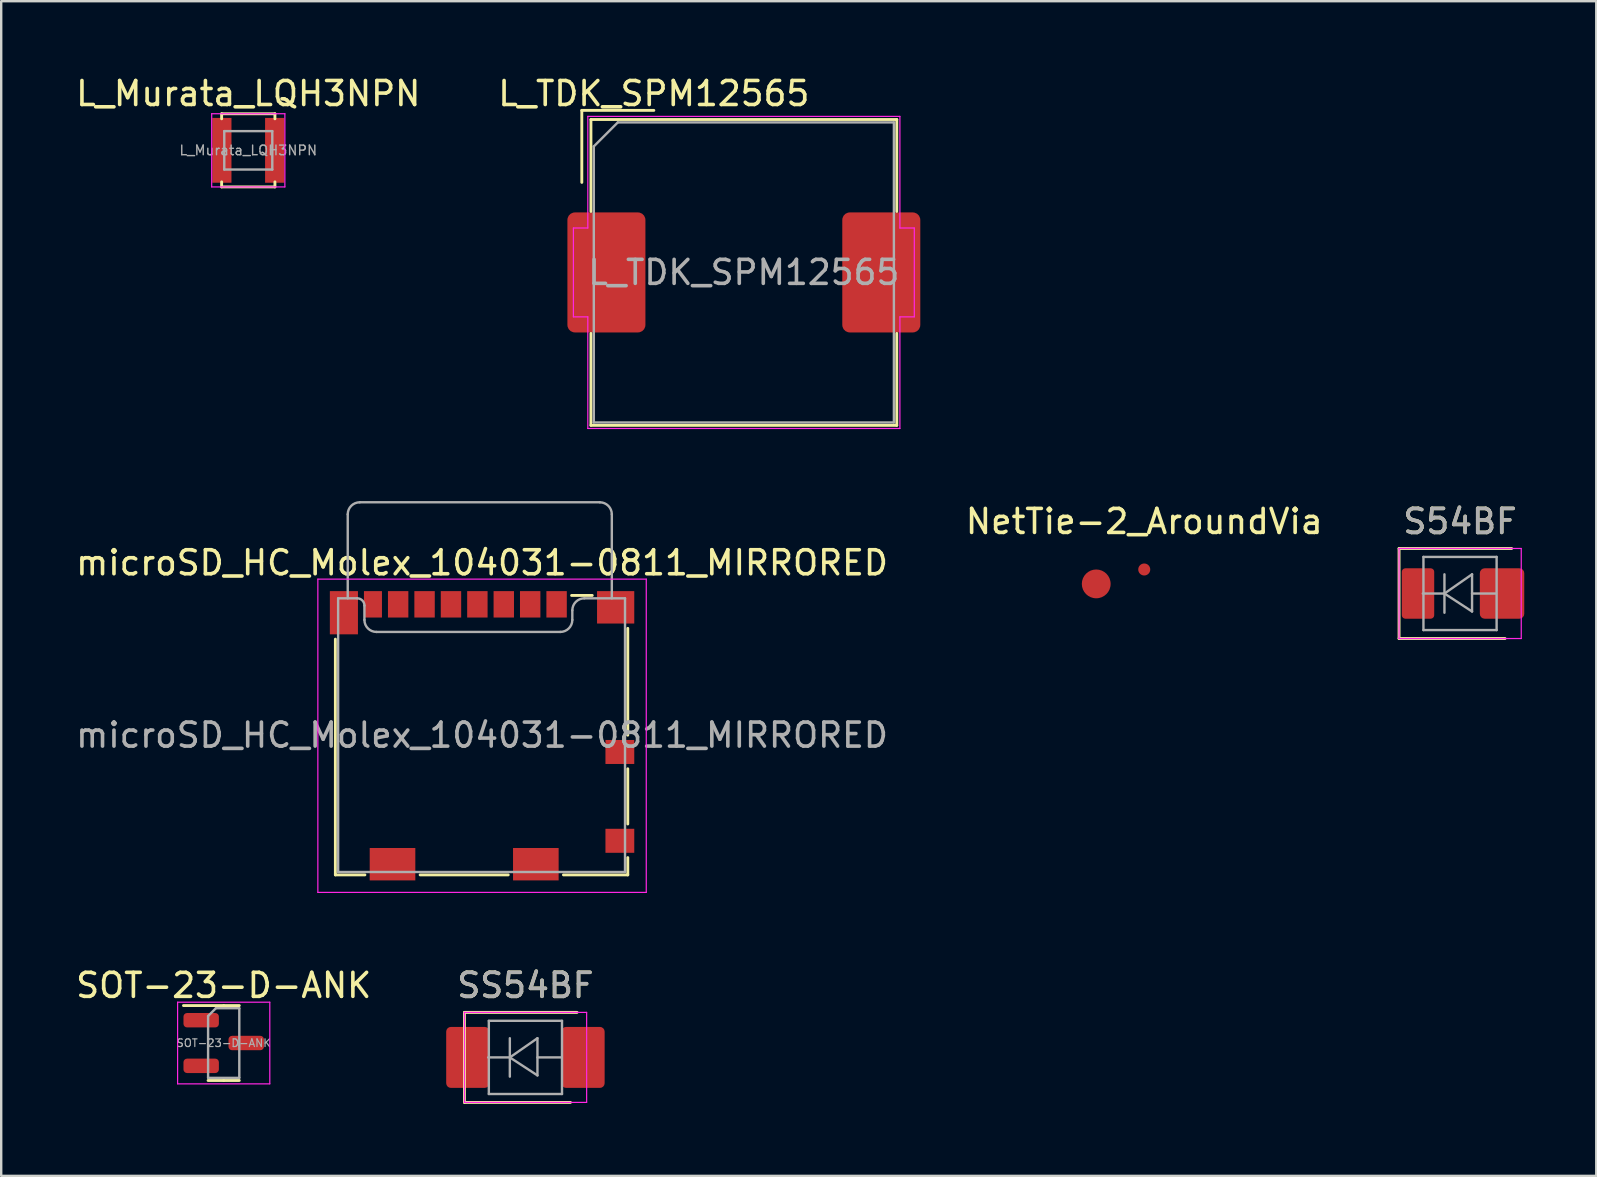
<source format=kicad_pcb>
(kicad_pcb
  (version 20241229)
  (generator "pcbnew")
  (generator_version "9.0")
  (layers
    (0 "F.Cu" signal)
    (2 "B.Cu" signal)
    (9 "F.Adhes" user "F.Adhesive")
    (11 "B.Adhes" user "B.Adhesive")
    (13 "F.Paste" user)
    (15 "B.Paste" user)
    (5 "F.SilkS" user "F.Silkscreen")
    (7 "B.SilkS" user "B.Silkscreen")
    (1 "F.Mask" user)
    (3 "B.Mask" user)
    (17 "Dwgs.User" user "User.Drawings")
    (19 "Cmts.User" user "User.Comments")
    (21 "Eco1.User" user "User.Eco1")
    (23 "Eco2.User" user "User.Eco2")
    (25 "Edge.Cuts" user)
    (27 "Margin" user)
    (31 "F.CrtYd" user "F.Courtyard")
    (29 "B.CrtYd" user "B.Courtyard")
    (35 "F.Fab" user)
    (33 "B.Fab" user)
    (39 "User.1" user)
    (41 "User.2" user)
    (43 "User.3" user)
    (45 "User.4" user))
  (footprint "L_Murata_LQH3NPN"
    (layer "F.Cu")
    (at 7.292 3.212)
    (property "Reference" "L_Murata_LQH3NPN" (at 0 -2.364 0) (layer "F.SilkS") (effects (font (size 1 1) (thickness 0.15))))
    (attr smd)
    (fp_line (start -1.11 -1.524) (end 1.11 -1.524) (stroke (width 0.12) (type solid)) (layer "F.SilkS"))
    (fp_line (start -1.11 -1.314) (end -1.11 -1.524) (stroke (width 0.12) (type solid)) (layer "F.SilkS"))
    (fp_line (start -1.11 1.524) (end -1.11 1.314) (stroke (width 0.12) (type solid)) (layer "F.SilkS"))
    (fp_line (start 1.11 -1.314) (end 1.11 -1.524) (stroke (width 0.12) (type solid)) (layer "F.SilkS"))
    (fp_line (start 1.11 1.314) (end 1.11 1.524) (stroke (width 0.12) (type solid)) (layer "F.SilkS"))
    (fp_line (start 1.11 1.524) (end -1.11 1.524) (stroke (width 0.12) (type solid)) (layer "F.SilkS"))
    (fp_line (start -1.524 -1.524) (end 1.524 -1.524) (stroke (width 0.05) (type solid)) (layer "F.CrtYd"))
    (fp_line (start -1.524 1.524) (end -1.524 -1.524) (stroke (width 0.05) (type solid)) (layer "F.CrtYd"))
    (fp_line (start 1.524 -1.524) (end 1.524 1.524) (stroke (width 0.05) (type solid)) (layer "F.CrtYd"))
    (fp_line (start 1.524 1.524) (end -1.524 1.524) (stroke (width 0.05) (type solid)) (layer "F.CrtYd"))
    (fp_line (start -1 -0.8) (end 1 -0.8) (stroke (width 0.1) (type solid)) (layer "F.Fab"))
    (fp_line (start -1 0.8) (end -1 -0.8) (stroke (width 0.1) (type solid)) (layer "F.Fab"))
    (fp_line (start 1 -0.8) (end 1 0.8) (stroke (width 0.1) (type solid)) (layer "F.Fab"))
    (fp_line (start 1 0.8) (end -1 0.8) (stroke (width 0.1) (type solid)) (layer "F.Fab"))
    (fp_text user "${REFERENCE}" (at 0 0 0) (layer "F.Fab") (effects (font (size 0.4 0.4) (thickness 0.06))))
    (pad "1" smd rect (at -1.1 0) (size 0.8 2.7) (layers "F.Cu" "F.Mask" "F.Paste"))
    (pad "2" smd rect (at 1.1 0) (size 0.8 2.7) (layers "F.Cu" "F.Mask" "F.Paste")))
  (footprint "SS54BF"
    (layer "F.Cu")
    (at 18.836 40.996)
    (property "Reference" "SS54BF" (at 0 -3 0) (layer "F.SilkS") (effects (font (size 1 1) (thickness 0.15))))
    (attr smd)
    (fp_line (start -2.54 -1.875) (end -2.54 1.875) (stroke (width 0.12) (type solid)) (layer "F.SilkS"))
    (fp_line (start -2.54 -1.875) (end 2.15 -1.875) (stroke (width 0.12) (type solid)) (layer "F.SilkS"))
    (fp_line (start -2.54 1.875) (end 1.875 1.875) (stroke (width 0.12) (type solid)) (layer "F.SilkS"))
    (fp_line (start -2.55 -1.875) (end 2.55 -1.875) (stroke (width 0.05) (type solid)) (layer "F.CrtYd"))
    (fp_line (start -2.54 1.875) (end -2.54 -1.875) (stroke (width 0.05) (type solid)) (layer "F.CrtYd"))
    (fp_line (start 2.55 -1.875) (end 2.55 1.875) (stroke (width 0.05) (type solid)) (layer "F.CrtYd"))
    (fp_line (start 2.55 1.875) (end -2.55 1.875) (stroke (width 0.05) (type solid)) (layer "F.CrtYd"))
    (fp_line (start -1.524 1.524) (end -1.524 -1.524) (stroke (width 0.1) (type solid)) (layer "F.Fab"))
    (fp_line (start -0.649 -0.799) (end -0.649 0.801) (stroke (width 0.1) (type solid)) (layer "F.Fab"))
    (fp_line (start -0.649 0.001) (end -1.551 0.001) (stroke (width 0.1) (type solid)) (layer "F.Fab"))
    (fp_line (start -0.649 0.001) (end 0.501 -0.799) (stroke (width 0.1) (type solid)) (layer "F.Fab"))
    (fp_line (start -0.649 0.001) (end 0.501 0.75) (stroke (width 0.1) (type solid)) (layer "F.Fab"))
    (fp_line (start 0.501 0.001) (end 1.499 0.001) (stroke (width 0.1) (type solid)) (layer "F.Fab"))
    (fp_line (start 0.501 0.75) (end 0.501 -0.799) (stroke (width 0.1) (type solid)) (layer "F.Fab"))
    (fp_line (start 1.524 -1.524) (end -1.524 -1.524) (stroke (width 0.1) (type solid)) (layer "F.Fab"))
    (fp_line (start 1.524 -1.524) (end 1.524 1.524) (stroke (width 0.1) (type solid)) (layer "F.Fab"))
    (fp_line (start 1.524 1.524) (end -1.524 1.524) (stroke (width 0.1) (type solid)) (layer "F.Fab"))
    (fp_text user "${REFERENCE}" (at 0 -3 0) (layer "F.Fab") (effects (font (size 1 1) (thickness 0.15))))
    (pad "1" smd roundrect (at -2.4 0) (size 1.8 2.54) (layers "F.Cu" "F.Mask" "F.Paste") (roundrect_rratio 0.109))
    (pad "2" smd roundrect (at 2.4 0) (size 1.8 2.54) (layers "F.Cu" "F.Mask" "F.Paste") (roundrect_rratio 0.109)))
  (footprint "L_TDK_SPM12565"
    (layer "F.Cu")
    (at 27.935 8.298)
    (property "Reference" "L_TDK_SPM12565" (at -3.75 -7.45 0) (layer "F.SilkS") (effects (font (size 1 1) (thickness 0.15))))
    (attr smd)
    (fp_line (start -6.75 -6.75) (end -3.75 -6.75) (stroke (width 0.12) (type solid)) (layer "F.SilkS"))
    (fp_line (start -6.75 -3.75) (end -6.75 -6.75) (stroke (width 0.12) (type solid)) (layer "F.SilkS"))
    (fp_line (start -6.37 -6.37) (end -6.37 -2.54) (stroke (width 0.12) (type solid)) (layer "F.SilkS"))
    (fp_line (start -6.37 -6.37) (end 6.37 -6.37) (stroke (width 0.12) (type solid)) (layer "F.SilkS"))
    (fp_line (start -6.37 2.54) (end -6.37 6.37) (stroke (width 0.12) (type solid)) (layer "F.SilkS"))
    (fp_line (start -6.37 6.37) (end 6.37 6.37) (stroke (width 0.12) (type solid)) (layer "F.SilkS"))
    (fp_line (start 6.37 -6.37) (end 6.37 -2.54) (stroke (width 0.12) (type solid)) (layer "F.SilkS"))
    (fp_line (start 6.37 2.54) (end 6.37 6.37) (stroke (width 0.12) (type solid)) (layer "F.SilkS"))
    (fp_line (start -7.1 -1.85) (end -7.1 1.85) (stroke (width 0.05) (type solid)) (layer "F.CrtYd"))
    (fp_line (start -7.1 1.85) (end -6.5 1.85) (stroke (width 0.05) (type solid)) (layer "F.CrtYd"))
    (fp_line (start -6.5 -6.5) (end -6.5 -1.85) (stroke (width 0.05) (type solid)) (layer "F.CrtYd"))
    (fp_line (start -6.5 -6.5) (end 6.5 -6.5) (stroke (width 0.05) (type solid)) (layer "F.CrtYd"))
    (fp_line (start -6.5 -1.85) (end -7.1 -1.85) (stroke (width 0.05) (type solid)) (layer "F.CrtYd"))
    (fp_line (start -6.5 1.85) (end -6.5 6.5) (stroke (width 0.05) (type solid)) (layer "F.CrtYd"))
    (fp_line (start -6.5 6.5) (end 6.5 6.5) (stroke (width 0.05) (type solid)) (layer "F.CrtYd"))
    (fp_line (start 6.5 -6.5) (end 6.5 -1.85) (stroke (width 0.05) (type solid)) (layer "F.CrtYd"))
    (fp_line (start 6.5 -1.85) (end 7.1 -1.85) (stroke (width 0.05) (type solid)) (layer "F.CrtYd"))
    (fp_line (start 6.5 1.85) (end 6.5 6.5) (stroke (width 0.05) (type solid)) (layer "F.CrtYd"))
    (fp_line (start 7.1 -1.85) (end 7.1 1.85) (stroke (width 0.05) (type solid)) (layer "F.CrtYd"))
    (fp_line (start 7.1 1.85) (end 6.5 1.85) (stroke (width 0.05) (type solid)) (layer "F.CrtYd"))
    (fp_line (start -6.25 -5.25) (end -5.25 -6.25) (stroke (width 0.1) (type solid)) (layer "F.Fab"))
    (fp_line (start -6.25 6.25) (end -6.25 -5.25) (stroke (width 0.1) (type solid)) (layer "F.Fab"))
    (fp_line (start -5.25 -6.25) (end 6.25 -6.25) (stroke (width 0.1) (type solid)) (layer "F.Fab"))
    (fp_line (start 6.25 -6.25) (end 6.25 6.25) (stroke (width 0.1) (type solid)) (layer "F.Fab"))
    (fp_line (start 6.25 6.25) (end -6.25 6.25) (stroke (width 0.1) (type solid)) (layer "F.Fab"))
    (fp_text user "${REFERENCE}" (at 0 0 0) (layer "F.Fab") (effects (font (size 1 1) (thickness 0.15))))
    (pad "1" smd roundrect (at -5.725 0) (size 3.25 5) (layers "F.Cu" "F.Mask" "F.Paste") (roundrect_rratio 0.096))
    (pad "2" smd roundrect (at 5.725 0) (size 3.25 5) (layers "F.Cu" "F.Mask" "F.Paste") (roundrect_rratio 0.096)))
  (footprint "microSD_HC_Molex_104031-0811_MIRRORED"
    (layer "F.Cu")
    (at 17.03 27.573)
    (property "Reference" "microSD_HC_Molex_104031-0811_MIRRORED" (at 0 -7.18 0) (layer "F.SilkS") (effects (font (size 1 1) (thickness 0.15))))
    (attr smd)
    (fp_line (start -6.11 5.82) (end -6.11 -4) (stroke (width 0.12) (type solid)) (layer "F.SilkS"))
    (fp_line (start -4.88 5.82) (end -6.11 5.82) (stroke (width 0.12) (type solid)) (layer "F.SilkS"))
    (fp_line (start 1.09 5.82) (end -2.58 5.82) (stroke (width 0.12) (type solid)) (layer "F.SilkS"))
    (fp_line (start 4.59 -5.82) (end 3.73 -5.82) (stroke (width 0.12) (type solid)) (layer "F.SilkS"))
    (fp_line (start 6.07 -4.45) (end 6.07 0) (stroke (width 0.12) (type solid)) (layer "F.SilkS"))
    (fp_line (start 6.07 1.4) (end 6.07 3.7) (stroke (width 0.12) (type solid)) (layer "F.SilkS"))
    (fp_line (start 6.07 5.1) (end 6.07 5.82) (stroke (width 0.12) (type solid)) (layer "F.SilkS"))
    (fp_line (start 6.07 5.82) (end 3.39 5.82) (stroke (width 0.12) (type solid)) (layer "F.SilkS"))
    (fp_line (start -6.84 -6.5) (end -6.84 6.55) (stroke (width 0.05) (type solid)) (layer "F.CrtYd"))
    (fp_line (start -6.84 6.55) (end 6.84 6.55) (stroke (width 0.05) (type solid)) (layer "F.CrtYd"))
    (fp_line (start 6.84 -6.5) (end -6.84 -6.5) (stroke (width 0.05) (type solid)) (layer "F.CrtYd"))
    (fp_line (start 6.84 6.55) (end 6.84 -6.5) (stroke (width 0.05) (type solid)) (layer "F.CrtYd"))
    (fp_line (start -5.995 -5.7) (end -5.21 -5.7) (stroke (width 0.1) (type solid)) (layer "F.Fab"))
    (fp_line (start -5.995 5.7) (end -5.995 -5.7) (stroke (width 0.1) (type solid)) (layer "F.Fab"))
    (fp_line (start -5.995 5.7) (end 5.955 5.7) (stroke (width 0.1) (type solid)) (layer "F.Fab"))
    (fp_line (start -5.595 -5.7) (end -5.595 -9.2) (stroke (width 0.1) (type solid)) (layer "F.Fab"))
    (fp_line (start -4.9 -5.4) (end -4.9 -4.8) (stroke (width 0.1) (type solid)) (layer "F.Fab"))
    (fp_line (start -4.4 -4.3) (end 3.26 -4.3) (stroke (width 0.1) (type solid)) (layer "F.Fab"))
    (fp_line (start 3.76 -4.8) (end 3.76 -5.2) (stroke (width 0.1) (type solid)) (layer "F.Fab"))
    (fp_line (start 4.905 -9.7) (end -5.095 -9.7) (stroke (width 0.1) (type solid)) (layer "F.Fab"))
    (fp_line (start 5.405 -9.2) (end 5.405 -5.7) (stroke (width 0.1) (type solid)) (layer "F.Fab"))
    (fp_line (start 5.955 -5.7) (end 4.26 -5.7) (stroke (width 0.1) (type solid)) (layer "F.Fab"))
    (fp_line (start 5.955 -5.7) (end 5.955 5.7) (stroke (width 0.1) (type solid)) (layer "F.Fab"))
    (fp_arc (start -5.595 -9.2) (mid -5.448553 -9.553553) (end -5.095 -9.7) (stroke (width 0.1) (type solid)) (layer "F.Fab"))
    (fp_arc (start -5.2 -5.7) (mid -4.987868 -5.612132) (end -4.9 -5.4) (stroke (width 0.1) (type solid)) (layer "F.Fab"))
    (fp_arc (start -4.4 -4.3) (mid -4.753553 -4.446447) (end -4.9 -4.8) (stroke (width 0.1) (type solid)) (layer "F.Fab"))
    (fp_arc (start 3.76 -5.2) (mid 3.906447 -5.553553) (end 4.26 -5.7) (stroke (width 0.1) (type solid)) (layer "F.Fab"))
    (fp_arc (start 3.76 -4.8) (mid 3.613553 -4.446447) (end 3.26 -4.3) (stroke (width 0.1) (type solid)) (layer "F.Fab"))
    (fp_arc (start 4.905 -9.7) (mid 5.258553 -9.553553) (end 5.405 -9.2) (stroke (width 0.1) (type solid)) (layer "F.Fab"))
    (fp_text user "${REFERENCE}" (at 0 0 0) (layer "F.Fab") (effects (font (size 1 1) (thickness 0.15))))
    (pad "1" smd rect (at 3.105 -5.45) (size 0.85 1.1) (layers "F.Cu" "F.Mask" "F.Paste"))
    (pad "2" smd rect (at 2.005 -5.45) (size 0.85 1.1) (layers "F.Cu" "F.Mask" "F.Paste"))
    (pad "3" smd rect (at 0.905 -5.45) (size 0.85 1.1) (layers "F.Cu" "F.Mask" "F.Paste"))
    (pad "4" smd rect (at -0.195 -5.45) (size 0.85 1.1) (layers "F.Cu" "F.Mask" "F.Paste"))
    (pad "5" smd rect (at -1.295 -5.45) (size 0.85 1.1) (layers "F.Cu" "F.Mask" "F.Paste"))
    (pad "6" smd rect (at -2.395 -5.45) (size 0.85 1.1) (layers "F.Cu" "F.Mask" "F.Paste"))
    (pad "7" smd rect (at -3.495 -5.45) (size 0.85 1.1) (layers "F.Cu" "F.Mask" "F.Paste"))
    (pad "8" smd rect (at -4.545 -5.45) (size 0.75 1.1) (layers "F.Cu" "F.Mask" "F.Paste"))
    (pad "9" smd rect (at 5.74 0.7) (size 1.2 1) (layers "F.Cu" "F.Mask" "F.Paste"))
    (pad "10" smd rect (at 5.74 4.4) (size 1.2 1) (layers "F.Cu" "F.Mask" "F.Paste"))
    (pad "11" smd rect (at -5.755 -5.1) (size 1.17 1.8) (layers "F.Cu" "F.Mask" "F.Paste"))
    (pad "11" smd rect (at -3.73 5.375) (size 1.9 1.35) (layers "F.Cu" "F.Mask" "F.Paste"))
    (pad "11" smd rect (at 2.24 5.375) (size 1.9 1.35) (layers "F.Cu" "F.Mask" "F.Paste"))
    (pad "11" smd rect (at 5.565 -5.325) (size 1.55 1.35) (layers "F.Cu" "F.Mask" "F.Paste")))
  (footprint "SOT-23-D-ANK"
    (layer "F.Cu")
    (at 6.268 40.397)
    (property "Reference" "SOT-23-D-ANK" (at 0 -2.4 0) (layer "F.SilkS") (effects (font (size 1 1) (thickness 0.15))))
    (attr smd)
    (fp_line (start 0 -1.56) (end -1.675 -1.56) (stroke (width 0.12) (type solid)) (layer "F.SilkS"))
    (fp_line (start 0 -1.56) (end 0.65 -1.56) (stroke (width 0.12) (type solid)) (layer "F.SilkS"))
    (fp_line (start 0 1.56) (end -0.65 1.56) (stroke (width 0.12) (type solid)) (layer "F.SilkS"))
    (fp_line (start 0 1.56) (end 0.65 1.56) (stroke (width 0.12) (type solid)) (layer "F.SilkS"))
    (fp_line (start -1.92 -1.7) (end -1.92 1.7) (stroke (width 0.05) (type solid)) (layer "F.CrtYd"))
    (fp_line (start -1.92 1.7) (end 1.92 1.7) (stroke (width 0.05) (type solid)) (layer "F.CrtYd"))
    (fp_line (start 1.92 -1.7) (end -1.92 -1.7) (stroke (width 0.05) (type solid)) (layer "F.CrtYd"))
    (fp_line (start 1.92 1.7) (end 1.92 -1.7) (stroke (width 0.05) (type solid)) (layer "F.CrtYd"))
    (fp_line (start -0.65 -1.125) (end -0.325 -1.45) (stroke (width 0.1) (type solid)) (layer "F.Fab"))
    (fp_line (start -0.65 1.45) (end -0.65 -1.125) (stroke (width 0.1) (type solid)) (layer "F.Fab"))
    (fp_line (start -0.325 -1.45) (end 0.65 -1.45) (stroke (width 0.1) (type solid)) (layer "F.Fab"))
    (fp_line (start 0.65 -1.45) (end 0.65 1.45) (stroke (width 0.1) (type solid)) (layer "F.Fab"))
    (fp_line (start 0.65 1.45) (end -0.65 1.45) (stroke (width 0.1) (type solid)) (layer "F.Fab"))
    (fp_text user "${REFERENCE}" (at 0 0 0) (layer "F.Fab") (effects (font (size 0.32 0.32) (thickness 0.05))))
    (pad "" smd roundrect (at -0.938 0.95) (size 1.475 0.6) (layers "F.Cu" "F.Mask" "F.Paste") (roundrect_rratio 0.25))
    (pad "1" smd roundrect (at 0.938 0) (size 1.475 0.6) (layers "F.Cu" "F.Mask" "F.Paste") (roundrect_rratio 0.25))
    (pad "2" smd roundrect (at -0.938 -0.95) (size 1.475 0.6) (layers "F.Cu" "F.Mask" "F.Paste") (roundrect_rratio 0.25)))
  (footprint "S54BF"
    (layer "F.Cu")
    (at 57.767 21.672)
    (property "Reference" "S54BF" (at 0 -3 0) (layer "F.SilkS") (effects (font (size 1 1) (thickness 0.15))))
    (attr smd)
    (fp_line (start -2.54 -1.875) (end -2.54 1.875) (stroke (width 0.12) (type solid)) (layer "F.SilkS"))
    (fp_line (start -2.54 -1.875) (end 2.15 -1.875) (stroke (width 0.12) (type solid)) (layer "F.SilkS"))
    (fp_line (start -2.54 1.875) (end 1.875 1.875) (stroke (width 0.12) (type solid)) (layer "F.SilkS"))
    (fp_line (start -2.55 -1.875) (end 2.55 -1.875) (stroke (width 0.05) (type solid)) (layer "F.CrtYd"))
    (fp_line (start -2.54 1.875) (end -2.54 -1.875) (stroke (width 0.05) (type solid)) (layer "F.CrtYd"))
    (fp_line (start 2.55 -1.875) (end 2.55 1.875) (stroke (width 0.05) (type solid)) (layer "F.CrtYd"))
    (fp_line (start 2.55 1.875) (end -2.55 1.875) (stroke (width 0.05) (type solid)) (layer "F.CrtYd"))
    (fp_line (start -1.524 1.524) (end -1.524 -1.524) (stroke (width 0.1) (type solid)) (layer "F.Fab"))
    (fp_line (start -0.649 -0.799) (end -0.649 0.801) (stroke (width 0.1) (type solid)) (layer "F.Fab"))
    (fp_line (start -0.649 0.001) (end -1.551 0.001) (stroke (width 0.1) (type solid)) (layer "F.Fab"))
    (fp_line (start -0.649 0.001) (end 0.501 -0.799) (stroke (width 0.1) (type solid)) (layer "F.Fab"))
    (fp_line (start -0.649 0.001) (end 0.501 0.75) (stroke (width 0.1) (type solid)) (layer "F.Fab"))
    (fp_line (start 0.501 0.001) (end 1.499 0.001) (stroke (width 0.1) (type solid)) (layer "F.Fab"))
    (fp_line (start 0.501 0.75) (end 0.501 -0.799) (stroke (width 0.1) (type solid)) (layer "F.Fab"))
    (fp_line (start 1.524 -1.524) (end -1.524 -1.524) (stroke (width 0.1) (type solid)) (layer "F.Fab"))
    (fp_line (start 1.524 -1.524) (end 1.524 1.524) (stroke (width 0.1) (type solid)) (layer "F.Fab"))
    (fp_line (start 1.524 1.524) (end -1.524 1.524) (stroke (width 0.1) (type solid)) (layer "F.Fab"))
    (fp_text user "${REFERENCE}" (at 0 -3 0) (layer "F.Fab") (effects (font (size 1 1) (thickness 0.15))))
    (pad "1" smd roundrect (at -1.75 0) (size 1.35 2.1) (layers "F.Cu" "F.Mask" "F.Paste") (roundrect_rratio 0.109))
    (pad "2" smd roundrect (at 1.75 0) (size 1.85 2.1) (layers "F.Cu" "F.Mask" "F.Paste") (roundrect_rratio 0.109)))
  (footprint "NetTie-2_AroundVia"
    (layer "F.Cu")
    (at 44.613 20.672)
    (property "Reference" "NetTie-2_AroundVia" (at 0 -2 0) (layer "F.SilkS") (effects (font (size 1 1) (thickness 0.15))))
    (attr exclude_from_pos_files exclude_from_bom allow_missing_courtyard)
    (pad "1" smd circle (at -2 0.6) (size 1.2 1.2) (layers "F.Cu"))
    (pad "2" smd circle (at 0 0) (size 0.5 0.5) (layers "F.Cu")))
  (gr_rect
    (start -3 -3)
    (end 63.442 45.931)
    (stroke (width 0.1) (type default))
    (fill no)
    (layer "Edge.Cuts")))
</source>
